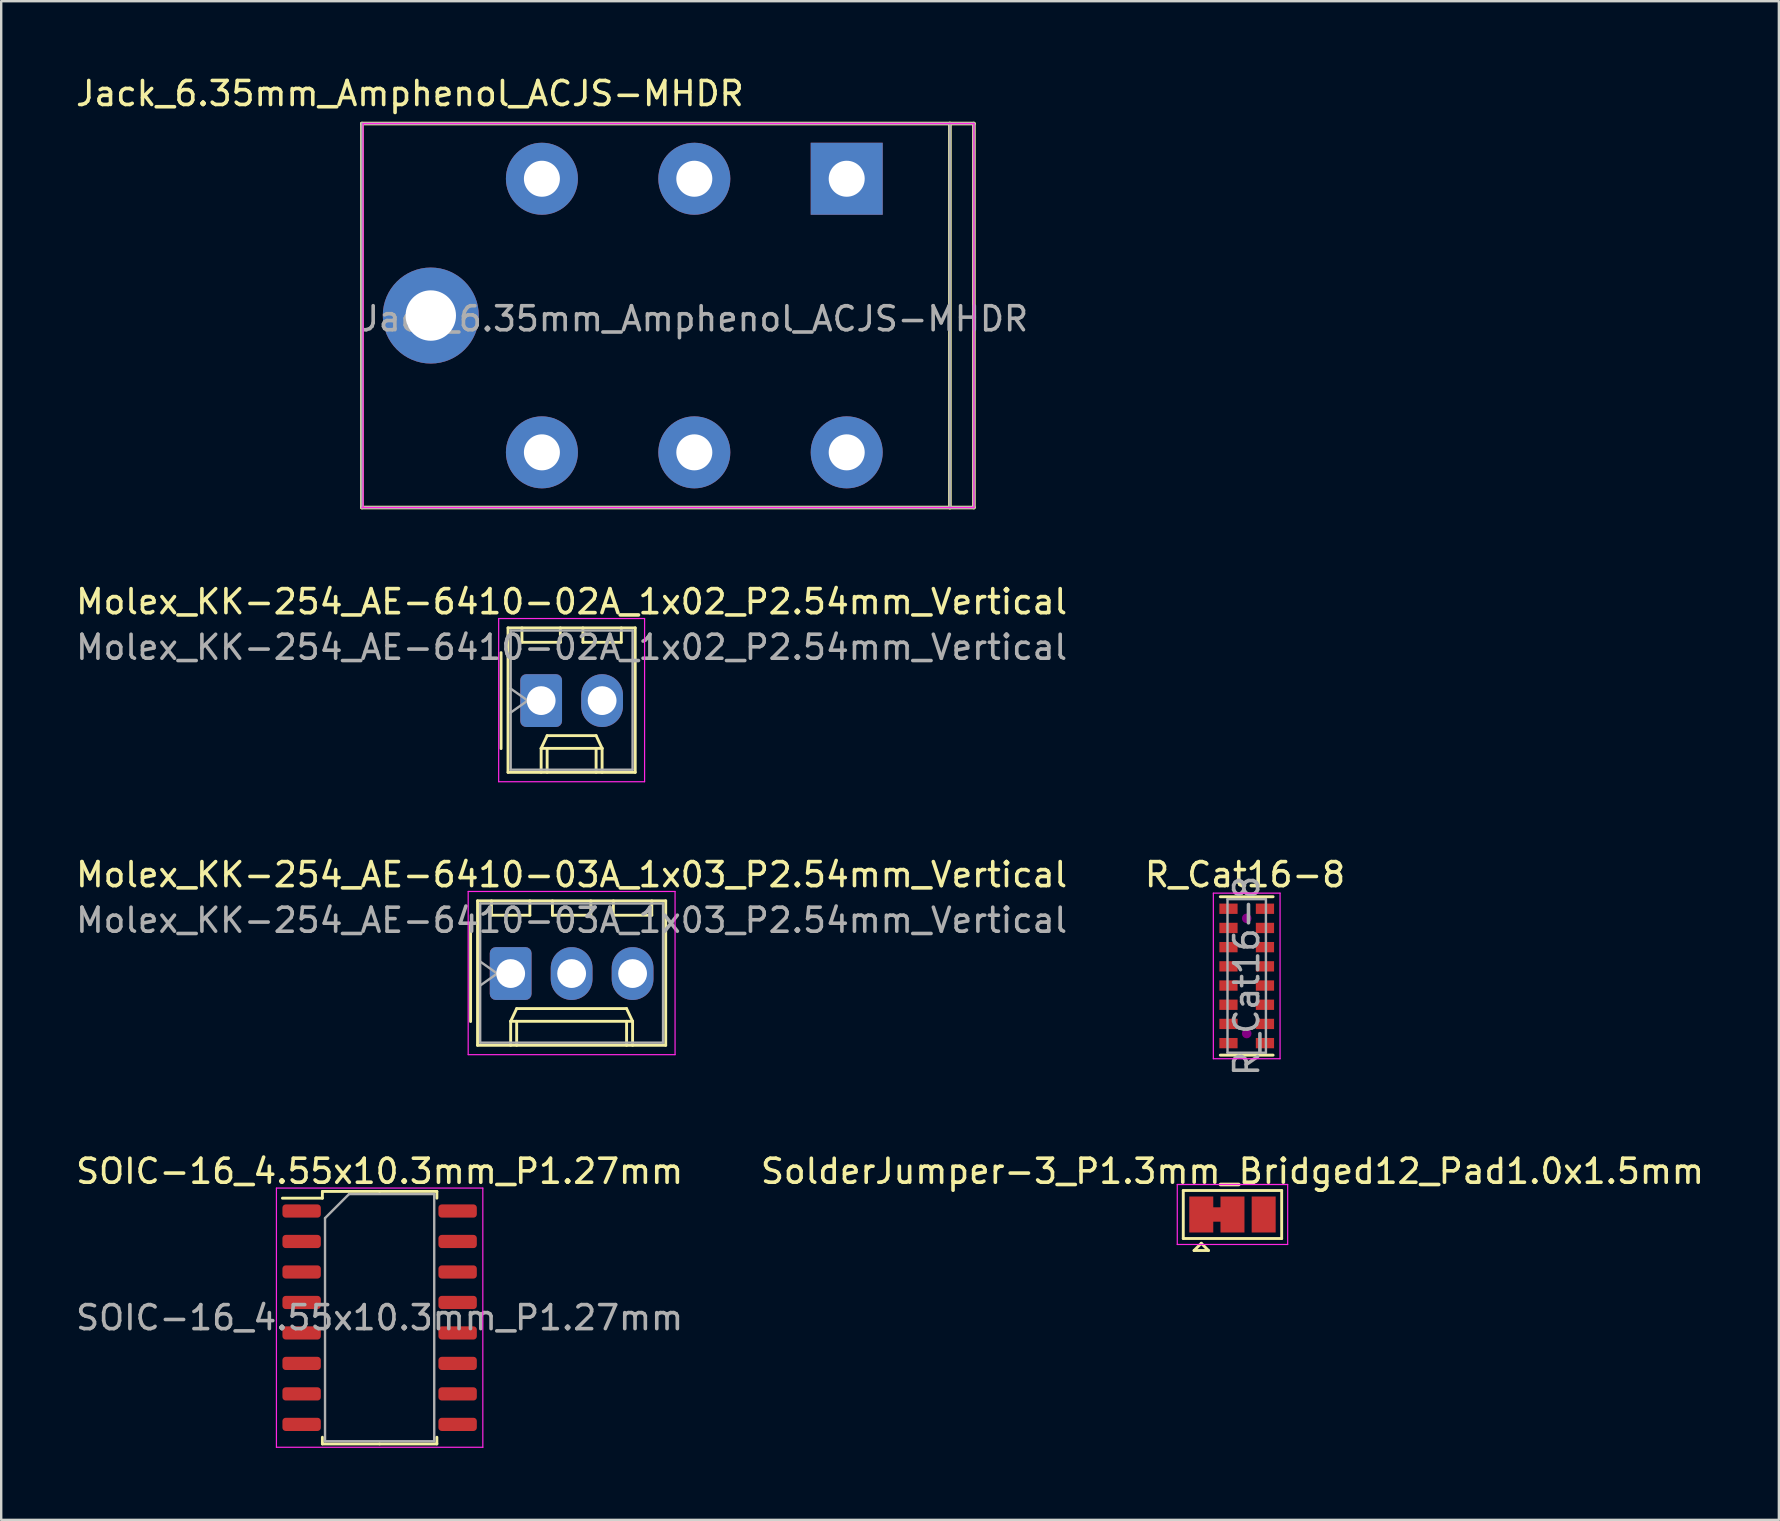
<source format=kicad_pcb>
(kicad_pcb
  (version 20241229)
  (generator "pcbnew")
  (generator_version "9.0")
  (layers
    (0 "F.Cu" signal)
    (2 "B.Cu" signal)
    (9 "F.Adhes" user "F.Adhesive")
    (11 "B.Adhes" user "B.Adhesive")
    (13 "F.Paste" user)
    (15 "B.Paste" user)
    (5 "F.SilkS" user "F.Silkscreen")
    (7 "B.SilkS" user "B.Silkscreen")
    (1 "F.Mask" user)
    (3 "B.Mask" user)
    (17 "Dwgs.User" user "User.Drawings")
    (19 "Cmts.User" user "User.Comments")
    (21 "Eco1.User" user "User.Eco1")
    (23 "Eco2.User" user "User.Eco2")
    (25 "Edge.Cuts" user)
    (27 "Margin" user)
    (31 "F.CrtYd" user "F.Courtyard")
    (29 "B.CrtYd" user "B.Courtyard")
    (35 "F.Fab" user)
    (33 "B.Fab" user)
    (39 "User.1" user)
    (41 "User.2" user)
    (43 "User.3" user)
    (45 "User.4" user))
  (footprint "R_Cat16-8"
    (layer "F.Cu")
    (at 48.897 37.615)
    (property "Reference" "R_Cat16-8" (at -0.07 -4.22 0) (layer "F.SilkS") (effects (font (size 1 1) (thickness 0.15))))
    (attr smd)
    (fp_line (start 1.1 -3.3) (end -1.1 -3.3) (stroke (width 0.12) (type solid)) (layer "F.SilkS"))
    (fp_line (start 1.1 3.3) (end -1.1 3.3) (stroke (width 0.12) (type solid)) (layer "F.SilkS"))
    (fp_circle (center 0 -2.4) (end -0.1 -2.4) (stroke (width 0.2) (type solid)) (fill no) (layer "F.Adhes"))
    (fp_circle (center 0 2.4) (end -0.1 2.4) (stroke (width 0.2) (type solid)) (fill no) (layer "F.Adhes"))
    (fp_line (start -1.39 -3.45) (end -1.39 3.45) (stroke (width 0.05) (type solid)) (layer "F.CrtYd"))
    (fp_line (start -1.39 -3.45) (end 1.39 -3.45) (stroke (width 0.05) (type solid)) (layer "F.CrtYd"))
    (fp_line (start 1.39 3.45) (end -1.39 3.45) (stroke (width 0.05) (type solid)) (layer "F.CrtYd"))
    (fp_line (start 1.39 3.45) (end 1.39 -3.45) (stroke (width 0.05) (type solid)) (layer "F.CrtYd"))
    (fp_line (start -0.8 -3.2) (end 0.8 -3.2) (stroke (width 0.1) (type solid)) (layer "F.Fab"))
    (fp_line (start -0.8 3.2) (end -0.8 -3.2) (stroke (width 0.1) (type solid)) (layer "F.Fab"))
    (fp_line (start 0.8 -3.2) (end 0.8 3.2) (stroke (width 0.1) (type solid)) (layer "F.Fab"))
    (fp_line (start 0.8 3.2) (end -0.8 3.2) (stroke (width 0.1) (type solid)) (layer "F.Fab"))
    (fp_text user "${REFERENCE}" (at 0 0 90) (layer "F.Fab") (effects (font (size 1 1) (thickness 0.15))))
    (pad "1" smd rect (at -0.76 -2.8 180) (size 0.76 0.43) (layers "F.Cu" "F.Mask" "F.Paste"))
    (pad "2" smd rect (at -0.76 -2 180) (size 0.76 0.43) (layers "F.Cu" "F.Mask" "F.Paste"))
    (pad "3" smd rect (at -0.76 -1.2 180) (size 0.76 0.43) (layers "F.Cu" "F.Mask" "F.Paste"))
    (pad "4" smd rect (at -0.76 -0.4 180) (size 0.76 0.43) (layers "F.Cu" "F.Mask" "F.Paste"))
    (pad "5" smd rect (at -0.76 0.4 180) (size 0.76 0.43) (layers "F.Cu" "F.Mask" "F.Paste"))
    (pad "6" smd rect (at -0.76 1.2 180) (size 0.76 0.43) (layers "F.Cu" "F.Mask" "F.Paste"))
    (pad "7" smd rect (at -0.76 2 180) (size 0.76 0.43) (layers "F.Cu" "F.Mask" "F.Paste"))
    (pad "8" smd rect (at -0.76 2.8 180) (size 0.76 0.43) (layers "F.Cu" "F.Mask" "F.Paste"))
    (pad "9" smd rect (at 0.76 2.8 180) (size 0.76 0.43) (layers "F.Cu" "F.Mask" "F.Paste"))
    (pad "10" smd rect (at 0.76 2 180) (size 0.76 0.43) (layers "F.Cu" "F.Mask" "F.Paste"))
    (pad "11" smd rect (at 0.76 1.2 180) (size 0.76 0.43) (layers "F.Cu" "F.Mask" "F.Paste"))
    (pad "12" smd rect (at 0.76 0.4 180) (size 0.76 0.43) (layers "F.Cu" "F.Mask" "F.Paste"))
    (pad "13" smd rect (at 0.76 -0.4 180) (size 0.76 0.43) (layers "F.Cu" "F.Mask" "F.Paste"))
    (pad "14" smd rect (at 0.76 -1.2 180) (size 0.76 0.43) (layers "F.Cu" "F.Mask" "F.Paste"))
    (pad "15" smd rect (at 0.76 -2 180) (size 0.76 0.43) (layers "F.Cu" "F.Mask" "F.Paste"))
    (pad "16" smd rect (at 0.76 -2.8 180) (size 0.76 0.43) (layers "F.Cu" "F.Mask" "F.Paste")))
  (footprint "SolderJumper-3_P1.3mm_Bridged12_Pad1.0x1.5mm"
    (layer "F.Cu")
    (at 48.304 47.555)
    (property "Reference" "SolderJumper-3_P1.3mm_Bridged12_Pad1.0x1.5mm" (at 0 -1.8 0) (layer "F.SilkS") (effects (font (size 1 1) (thickness 0.15))))
    (attr exclude_from_pos_files exclude_from_bom)
    (fp_poly (pts (xy -0.9 -0.3) (xy -0.4 -0.3) (xy -0.4 0.3) (xy -0.9 0.3)) (stroke (width 0) (type solid)) (fill yes) (layer "F.Cu"))
    (fp_line (start -2.05 -1) (end 2.05 -1) (stroke (width 0.12) (type solid)) (layer "F.SilkS"))
    (fp_line (start -2.05 1) (end -2.05 -1) (stroke (width 0.12) (type solid)) (layer "F.SilkS"))
    (fp_line (start -1.6 1.5) (end -1 1.5) (stroke (width 0.12) (type solid)) (layer "F.SilkS"))
    (fp_line (start -1.3 1.2) (end -1.6 1.5) (stroke (width 0.12) (type solid)) (layer "F.SilkS"))
    (fp_line (start -1.3 1.2) (end -1 1.5) (stroke (width 0.12) (type solid)) (layer "F.SilkS"))
    (fp_line (start 2.05 -1) (end 2.05 1) (stroke (width 0.12) (type solid)) (layer "F.SilkS"))
    (fp_line (start 2.05 1) (end -2.05 1) (stroke (width 0.12) (type solid)) (layer "F.SilkS"))
    (fp_line (start -2.3 -1.25) (end -2.3 1.25) (stroke (width 0.05) (type solid)) (layer "F.CrtYd"))
    (fp_line (start -2.3 -1.25) (end 2.3 -1.25) (stroke (width 0.05) (type solid)) (layer "F.CrtYd"))
    (fp_line (start 2.3 1.25) (end -2.3 1.25) (stroke (width 0.05) (type solid)) (layer "F.CrtYd"))
    (fp_line (start 2.3 1.25) (end 2.3 -1.25) (stroke (width 0.05) (type solid)) (layer "F.CrtYd"))
    (pad "1" smd rect (at -1.3 0) (size 1 1.5) (layers "F.Cu" "F.Mask"))
    (pad "2" smd rect (at 0 0) (size 1 1.5) (layers "F.Cu" "F.Mask"))
    (pad "3" smd rect (at 1.3 0) (size 1 1.5) (layers "F.Cu" "F.Mask")))
  (footprint "Molex_KK-254_AE-6410-03A_1x03_P2.54mm_Vertical"
    (layer "F.Cu")
    (at 18.228 37.515)
    (property "Reference" "Molex_KK-254_AE-6410-03A_1x03_P2.54mm_Vertical" (at 2.54 -4.12 0) (layer "F.SilkS") (effects (font (size 1 1) (thickness 0.15))))
    (attr through_hole)
    (fp_line (start -1.67 -2) (end -1.67 2) (stroke (width 0.12) (type solid)) (layer "F.SilkS"))
    (fp_line (start -1.38 -3.03) (end -1.38 2.99) (stroke (width 0.12) (type solid)) (layer "F.SilkS"))
    (fp_line (start -1.38 2.99) (end 6.46 2.99) (stroke (width 0.12) (type solid)) (layer "F.SilkS"))
    (fp_line (start -0.8 -3.03) (end -0.8 -2.43) (stroke (width 0.12) (type solid)) (layer "F.SilkS"))
    (fp_line (start -0.8 -2.43) (end 0.8 -2.43) (stroke (width 0.12) (type solid)) (layer "F.SilkS"))
    (fp_line (start 0 1.99) (end 0.25 1.46) (stroke (width 0.12) (type solid)) (layer "F.SilkS"))
    (fp_line (start 0 1.99) (end 5.08 1.99) (stroke (width 0.12) (type solid)) (layer "F.SilkS"))
    (fp_line (start 0 2.99) (end 0 1.99) (stroke (width 0.12) (type solid)) (layer "F.SilkS"))
    (fp_line (start 0.25 1.46) (end 4.83 1.46) (stroke (width 0.12) (type solid)) (layer "F.SilkS"))
    (fp_line (start 0.25 2.99) (end 0.25 1.99) (stroke (width 0.12) (type solid)) (layer "F.SilkS"))
    (fp_line (start 0.8 -2.43) (end 0.8 -3.03) (stroke (width 0.12) (type solid)) (layer "F.SilkS"))
    (fp_line (start 1.74 -3.03) (end 1.74 -2.43) (stroke (width 0.12) (type solid)) (layer "F.SilkS"))
    (fp_line (start 1.74 -2.43) (end 3.34 -2.43) (stroke (width 0.12) (type solid)) (layer "F.SilkS"))
    (fp_line (start 3.34 -2.43) (end 3.34 -3.03) (stroke (width 0.12) (type solid)) (layer "F.SilkS"))
    (fp_line (start 4.28 -3.03) (end 4.28 -2.43) (stroke (width 0.12) (type solid)) (layer "F.SilkS"))
    (fp_line (start 4.28 -2.43) (end 5.88 -2.43) (stroke (width 0.12) (type solid)) (layer "F.SilkS"))
    (fp_line (start 4.83 1.46) (end 5.08 1.99) (stroke (width 0.12) (type solid)) (layer "F.SilkS"))
    (fp_line (start 4.83 2.99) (end 4.83 1.99) (stroke (width 0.12) (type solid)) (layer "F.SilkS"))
    (fp_line (start 5.08 1.99) (end 5.08 2.99) (stroke (width 0.12) (type solid)) (layer "F.SilkS"))
    (fp_line (start 5.88 -2.43) (end 5.88 -3.03) (stroke (width 0.12) (type solid)) (layer "F.SilkS"))
    (fp_line (start 6.46 -3.03) (end -1.38 -3.03) (stroke (width 0.12) (type solid)) (layer "F.SilkS"))
    (fp_line (start 6.46 2.99) (end 6.46 -3.03) (stroke (width 0.12) (type solid)) (layer "F.SilkS"))
    (fp_line (start -1.77 -3.42) (end -1.77 3.38) (stroke (width 0.05) (type solid)) (layer "F.CrtYd"))
    (fp_line (start -1.77 3.38) (end 6.85 3.38) (stroke (width 0.05) (type solid)) (layer "F.CrtYd"))
    (fp_line (start 6.85 -3.42) (end -1.77 -3.42) (stroke (width 0.05) (type solid)) (layer "F.CrtYd"))
    (fp_line (start 6.85 3.38) (end 6.85 -3.42) (stroke (width 0.05) (type solid)) (layer "F.CrtYd"))
    (fp_line (start -1.27 -2.92) (end -1.27 2.88) (stroke (width 0.1) (type solid)) (layer "F.Fab"))
    (fp_line (start -1.27 -0.5) (end -0.563 0) (stroke (width 0.1) (type solid)) (layer "F.Fab"))
    (fp_line (start -1.27 2.88) (end 6.35 2.88) (stroke (width 0.1) (type solid)) (layer "F.Fab"))
    (fp_line (start -0.563 0) (end -1.27 0.5) (stroke (width 0.1) (type solid)) (layer "F.Fab"))
    (fp_line (start 6.35 -2.92) (end -1.27 -2.92) (stroke (width 0.1) (type solid)) (layer "F.Fab"))
    (fp_line (start 6.35 2.88) (end 6.35 -2.92) (stroke (width 0.1) (type solid)) (layer "F.Fab"))
    (fp_text user "${REFERENCE}" (at 2.54 -2.22 0) (layer "F.Fab") (effects (font (size 1 1) (thickness 0.15))))
    (pad "1" thru_hole roundrect (at 0 0) (size 1.74 2.2) (drill 1.2) (layers "*.Cu" "*.Mask") (roundrect_rratio 0.144))
    (pad "2" thru_hole oval (at 2.54 0) (size 1.74 2.2) (drill 1.2) (layers "*.Cu" "*.Mask"))
    (pad "3" thru_hole oval (at 5.08 0) (size 1.74 2.2) (drill 1.2) (layers "*.Cu" "*.Mask")))
  (footprint "Jack_6.35mm_Amphenol_ACJS-MHDR"
    (layer "F.Cu")
    (at 19.53 10.098)
    (property "Reference" "Jack_6.35mm_Amphenol_ACJS-MHDR" (at -5.5 -9.25 0) (layer "F.SilkS") (effects (font (size 1 1) (thickness 0.15))))
    (attr through_hole)
    (fp_line (start -7.5 -8) (end -7.5 8) (stroke (width 0.15) (type solid)) (layer "F.SilkS"))
    (fp_line (start -7.5 8) (end 17 8) (stroke (width 0.15) (type solid)) (layer "F.SilkS"))
    (fp_line (start 17 -8) (end -7.5 -8) (stroke (width 0.15) (type solid)) (layer "F.SilkS"))
    (fp_line (start 17 -8) (end 18 -8) (stroke (width 0.15) (type solid)) (layer "F.SilkS"))
    (fp_line (start 17 8) (end 17 -8) (stroke (width 0.15) (type solid)) (layer "F.SilkS"))
    (fp_line (start 18 -8) (end 18 8) (stroke (width 0.15) (type solid)) (layer "F.SilkS"))
    (fp_line (start 18 8) (end 17 8) (stroke (width 0.15) (type solid)) (layer "F.SilkS"))
    (fp_line (start -7.5 8) (end 18 8) (stroke (width 0.05) (type solid)) (layer "F.CrtYd"))
    (fp_line (start -7.45 -8) (end -7.45 8) (stroke (width 0.05) (type solid)) (layer "F.CrtYd"))
    (fp_line (start 18 -8) (end -7.45 -8) (stroke (width 0.05) (type solid)) (layer "F.CrtYd"))
    (fp_line (start 18 -8) (end 18 8) (stroke (width 0.05) (type solid)) (layer "F.CrtYd"))
    (fp_line (start -7.5 -8) (end 18 -8) (stroke (width 0.1) (type solid)) (layer "F.Fab"))
    (fp_line (start -7.5 8) (end -7.5 -8) (stroke (width 0.1) (type solid)) (layer "F.Fab"))
    (fp_line (start 17 -8) (end 17 8) (stroke (width 0.1) (type solid)) (layer "F.Fab"))
    (fp_line (start 18 -8) (end 18 8) (stroke (width 0.1) (type solid)) (layer "F.Fab"))
    (fp_line (start 18 8) (end -7.5 8) (stroke (width 0.1) (type solid)) (layer "F.Fab"))
    (fp_text user "${REFERENCE}" (at 6.35 0.135 0) (layer "F.Fab") (effects (font (size 1 1) (thickness 0.15))))
    (pad "" thru_hole circle (at -4.63 0) (size 4 4) (drill 2.1) (layers "*.Cu" "*.Mask"))
    (pad "R" thru_hole circle (at 6.35 -5.7) (size 3 3) (drill 1.5) (layers "*.Cu" "*.Mask"))
    (pad "RN" thru_hole circle (at 6.35 5.7) (size 3 3) (drill 1.5) (layers "*.Cu" "*.Mask"))
    (pad "S" thru_hole rect (at 12.7 -5.7) (size 3 3) (drill 1.5) (layers "*.Cu" "*.Mask"))
    (pad "SN" thru_hole circle (at 12.7 5.7) (size 3 3) (drill 1.5) (layers "*.Cu" "*.Mask"))
    (pad "T" thru_hole circle (at 0 -5.7) (size 3 3) (drill 1.5) (layers "*.Cu" "*.Mask"))
    (pad "TN" thru_hole circle (at 0 5.7) (size 3 3) (drill 1.5) (layers "*.Cu" "*.Mask")))
  (footprint "Molex_KK-254_AE-6410-02A_1x02_P2.54mm_Vertical"
    (layer "F.Cu")
    (at 19.498 26.142)
    (property "Reference" "Molex_KK-254_AE-6410-02A_1x02_P2.54mm_Vertical" (at 1.27 -4.12 0) (layer "F.SilkS") (effects (font (size 1 1) (thickness 0.15))))
    (attr through_hole)
    (fp_line (start -1.67 -2) (end -1.67 2) (stroke (width 0.12) (type solid)) (layer "F.SilkS"))
    (fp_line (start -1.38 -3.03) (end -1.38 2.99) (stroke (width 0.12) (type solid)) (layer "F.SilkS"))
    (fp_line (start -1.38 2.99) (end 3.92 2.99) (stroke (width 0.12) (type solid)) (layer "F.SilkS"))
    (fp_line (start -0.8 -3.03) (end -0.8 -2.43) (stroke (width 0.12) (type solid)) (layer "F.SilkS"))
    (fp_line (start -0.8 -2.43) (end 0.8 -2.43) (stroke (width 0.12) (type solid)) (layer "F.SilkS"))
    (fp_line (start 0 1.99) (end 0.25 1.46) (stroke (width 0.12) (type solid)) (layer "F.SilkS"))
    (fp_line (start 0 1.99) (end 2.54 1.99) (stroke (width 0.12) (type solid)) (layer "F.SilkS"))
    (fp_line (start 0 2.99) (end 0 1.99) (stroke (width 0.12) (type solid)) (layer "F.SilkS"))
    (fp_line (start 0.25 1.46) (end 2.29 1.46) (stroke (width 0.12) (type solid)) (layer "F.SilkS"))
    (fp_line (start 0.25 2.99) (end 0.25 1.99) (stroke (width 0.12) (type solid)) (layer "F.SilkS"))
    (fp_line (start 0.8 -2.43) (end 0.8 -3.03) (stroke (width 0.12) (type solid)) (layer "F.SilkS"))
    (fp_line (start 1.74 -3.03) (end 1.74 -2.43) (stroke (width 0.12) (type solid)) (layer "F.SilkS"))
    (fp_line (start 1.74 -2.43) (end 3.34 -2.43) (stroke (width 0.12) (type solid)) (layer "F.SilkS"))
    (fp_line (start 2.29 1.46) (end 2.54 1.99) (stroke (width 0.12) (type solid)) (layer "F.SilkS"))
    (fp_line (start 2.29 2.99) (end 2.29 1.99) (stroke (width 0.12) (type solid)) (layer "F.SilkS"))
    (fp_line (start 2.54 1.99) (end 2.54 2.99) (stroke (width 0.12) (type solid)) (layer "F.SilkS"))
    (fp_line (start 3.34 -2.43) (end 3.34 -3.03) (stroke (width 0.12) (type solid)) (layer "F.SilkS"))
    (fp_line (start 3.92 -3.03) (end -1.38 -3.03) (stroke (width 0.12) (type solid)) (layer "F.SilkS"))
    (fp_line (start 3.92 2.99) (end 3.92 -3.03) (stroke (width 0.12) (type solid)) (layer "F.SilkS"))
    (fp_line (start -1.77 -3.42) (end -1.77 3.38) (stroke (width 0.05) (type solid)) (layer "F.CrtYd"))
    (fp_line (start -1.77 3.38) (end 4.31 3.38) (stroke (width 0.05) (type solid)) (layer "F.CrtYd"))
    (fp_line (start 4.31 -3.42) (end -1.77 -3.42) (stroke (width 0.05) (type solid)) (layer "F.CrtYd"))
    (fp_line (start 4.31 3.38) (end 4.31 -3.42) (stroke (width 0.05) (type solid)) (layer "F.CrtYd"))
    (fp_line (start -1.27 -2.92) (end -1.27 2.88) (stroke (width 0.1) (type solid)) (layer "F.Fab"))
    (fp_line (start -1.27 -0.5) (end -0.563 0) (stroke (width 0.1) (type solid)) (layer "F.Fab"))
    (fp_line (start -1.27 2.88) (end 3.81 2.88) (stroke (width 0.1) (type solid)) (layer "F.Fab"))
    (fp_line (start -0.563 0) (end -1.27 0.5) (stroke (width 0.1) (type solid)) (layer "F.Fab"))
    (fp_line (start 3.81 -2.92) (end -1.27 -2.92) (stroke (width 0.1) (type solid)) (layer "F.Fab"))
    (fp_line (start 3.81 2.88) (end 3.81 -2.92) (stroke (width 0.1) (type solid)) (layer "F.Fab"))
    (fp_text user "${REFERENCE}" (at 1.27 -2.22 0) (layer "F.Fab") (effects (font (size 1 1) (thickness 0.15))))
    (pad "1" thru_hole roundrect (at 0 0) (size 1.74 2.2) (drill 1.2) (layers "*.Cu" "*.Mask") (roundrect_rratio 0.144))
    (pad "2" thru_hole oval (at 2.54 0) (size 1.74 2.2) (drill 1.2) (layers "*.Cu" "*.Mask")))
  (footprint "SOIC-16_4.55x10.3mm_P1.27mm"
    (layer "F.Cu")
    (at 12.768 51.855)
    (property "Reference" "SOIC-16_4.55x10.3mm_P1.27mm" (at 0 -6.1 0) (layer "F.SilkS") (effects (font (size 1 1) (thickness 0.15))))
    (attr smd)
    (fp_line (start -2.385 -5.26) (end -2.385 -4.98) (stroke (width 0.12) (type solid)) (layer "F.SilkS"))
    (fp_line (start -2.385 -4.98) (end -4.05 -4.98) (stroke (width 0.12) (type solid)) (layer "F.SilkS"))
    (fp_line (start -2.385 5.26) (end -2.385 4.98) (stroke (width 0.12) (type solid)) (layer "F.SilkS"))
    (fp_line (start 0 -5.26) (end -2.385 -5.26) (stroke (width 0.12) (type solid)) (layer "F.SilkS"))
    (fp_line (start 0 -5.26) (end 2.385 -5.26) (stroke (width 0.12) (type solid)) (layer "F.SilkS"))
    (fp_line (start 0 5.26) (end -2.385 5.26) (stroke (width 0.12) (type solid)) (layer "F.SilkS"))
    (fp_line (start 0 5.26) (end 2.385 5.26) (stroke (width 0.12) (type solid)) (layer "F.SilkS"))
    (fp_line (start 2.385 -5.26) (end 2.385 -4.98) (stroke (width 0.12) (type solid)) (layer "F.SilkS"))
    (fp_line (start 2.385 5.26) (end 2.385 4.98) (stroke (width 0.12) (type solid)) (layer "F.SilkS"))
    (fp_line (start -4.3 -5.4) (end -4.3 5.4) (stroke (width 0.05) (type solid)) (layer "F.CrtYd"))
    (fp_line (start -4.3 5.4) (end 4.3 5.4) (stroke (width 0.05) (type solid)) (layer "F.CrtYd"))
    (fp_line (start 4.3 -5.4) (end -4.3 -5.4) (stroke (width 0.05) (type solid)) (layer "F.CrtYd"))
    (fp_line (start 4.3 5.4) (end 4.3 -5.4) (stroke (width 0.05) (type solid)) (layer "F.CrtYd"))
    (fp_line (start -2.275 -4.15) (end -1.275 -5.15) (stroke (width 0.1) (type solid)) (layer "F.Fab"))
    (fp_line (start -2.275 5.15) (end -2.275 -4.15) (stroke (width 0.1) (type solid)) (layer "F.Fab"))
    (fp_line (start -1.275 -5.15) (end 2.275 -5.15) (stroke (width 0.1) (type solid)) (layer "F.Fab"))
    (fp_line (start 2.275 -5.15) (end 2.275 5.15) (stroke (width 0.1) (type solid)) (layer "F.Fab"))
    (fp_line (start 2.275 5.15) (end -2.275 5.15) (stroke (width 0.1) (type solid)) (layer "F.Fab"))
    (fp_text user "${REFERENCE}" (at 0 0 0) (layer "F.Fab") (effects (font (size 1 1) (thickness 0.15))))
    (pad "1" smd roundrect (at -3.25 -4.445) (size 1.6 0.55) (layers "F.Cu" "F.Mask" "F.Paste") (roundrect_rratio 0.25))
    (pad "2" smd roundrect (at -3.25 -3.175) (size 1.6 0.55) (layers "F.Cu" "F.Mask" "F.Paste") (roundrect_rratio 0.25))
    (pad "3" smd roundrect (at -3.25 -1.905) (size 1.6 0.55) (layers "F.Cu" "F.Mask" "F.Paste") (roundrect_rratio 0.25))
    (pad "4" smd roundrect (at -3.25 -0.635) (size 1.6 0.55) (layers "F.Cu" "F.Mask" "F.Paste") (roundrect_rratio 0.25))
    (pad "5" smd roundrect (at -3.25 0.635) (size 1.6 0.55) (layers "F.Cu" "F.Mask" "F.Paste") (roundrect_rratio 0.25))
    (pad "6" smd roundrect (at -3.25 1.905) (size 1.6 0.55) (layers "F.Cu" "F.Mask" "F.Paste") (roundrect_rratio 0.25))
    (pad "7" smd roundrect (at -3.25 3.175) (size 1.6 0.55) (layers "F.Cu" "F.Mask" "F.Paste") (roundrect_rratio 0.25))
    (pad "8" smd roundrect (at -3.25 4.445) (size 1.6 0.55) (layers "F.Cu" "F.Mask" "F.Paste") (roundrect_rratio 0.25))
    (pad "9" smd roundrect (at 3.25 4.445) (size 1.6 0.55) (layers "F.Cu" "F.Mask" "F.Paste") (roundrect_rratio 0.25))
    (pad "10" smd roundrect (at 3.25 3.175) (size 1.6 0.55) (layers "F.Cu" "F.Mask" "F.Paste") (roundrect_rratio 0.25))
    (pad "11" smd roundrect (at 3.25 1.905) (size 1.6 0.55) (layers "F.Cu" "F.Mask" "F.Paste") (roundrect_rratio 0.25))
    (pad "12" smd roundrect (at 3.25 0.635) (size 1.6 0.55) (layers "F.Cu" "F.Mask" "F.Paste") (roundrect_rratio 0.25))
    (pad "13" smd roundrect (at 3.25 -0.635) (size 1.6 0.55) (layers "F.Cu" "F.Mask" "F.Paste") (roundrect_rratio 0.25))
    (pad "14" smd roundrect (at 3.25 -1.905) (size 1.6 0.55) (layers "F.Cu" "F.Mask" "F.Paste") (roundrect_rratio 0.25))
    (pad "15" smd roundrect (at 3.25 -3.175) (size 1.6 0.55) (layers "F.Cu" "F.Mask" "F.Paste") (roundrect_rratio 0.25))
    (pad "16" smd roundrect (at 3.25 -4.445) (size 1.6 0.55) (layers "F.Cu" "F.Mask" "F.Paste") (roundrect_rratio 0.25)))
  (gr_rect
    (start -3 -3)
    (end 71.071 60.28)
    (stroke (width 0.1) (type default))
    (fill no)
    (layer "Edge.Cuts")))
</source>
